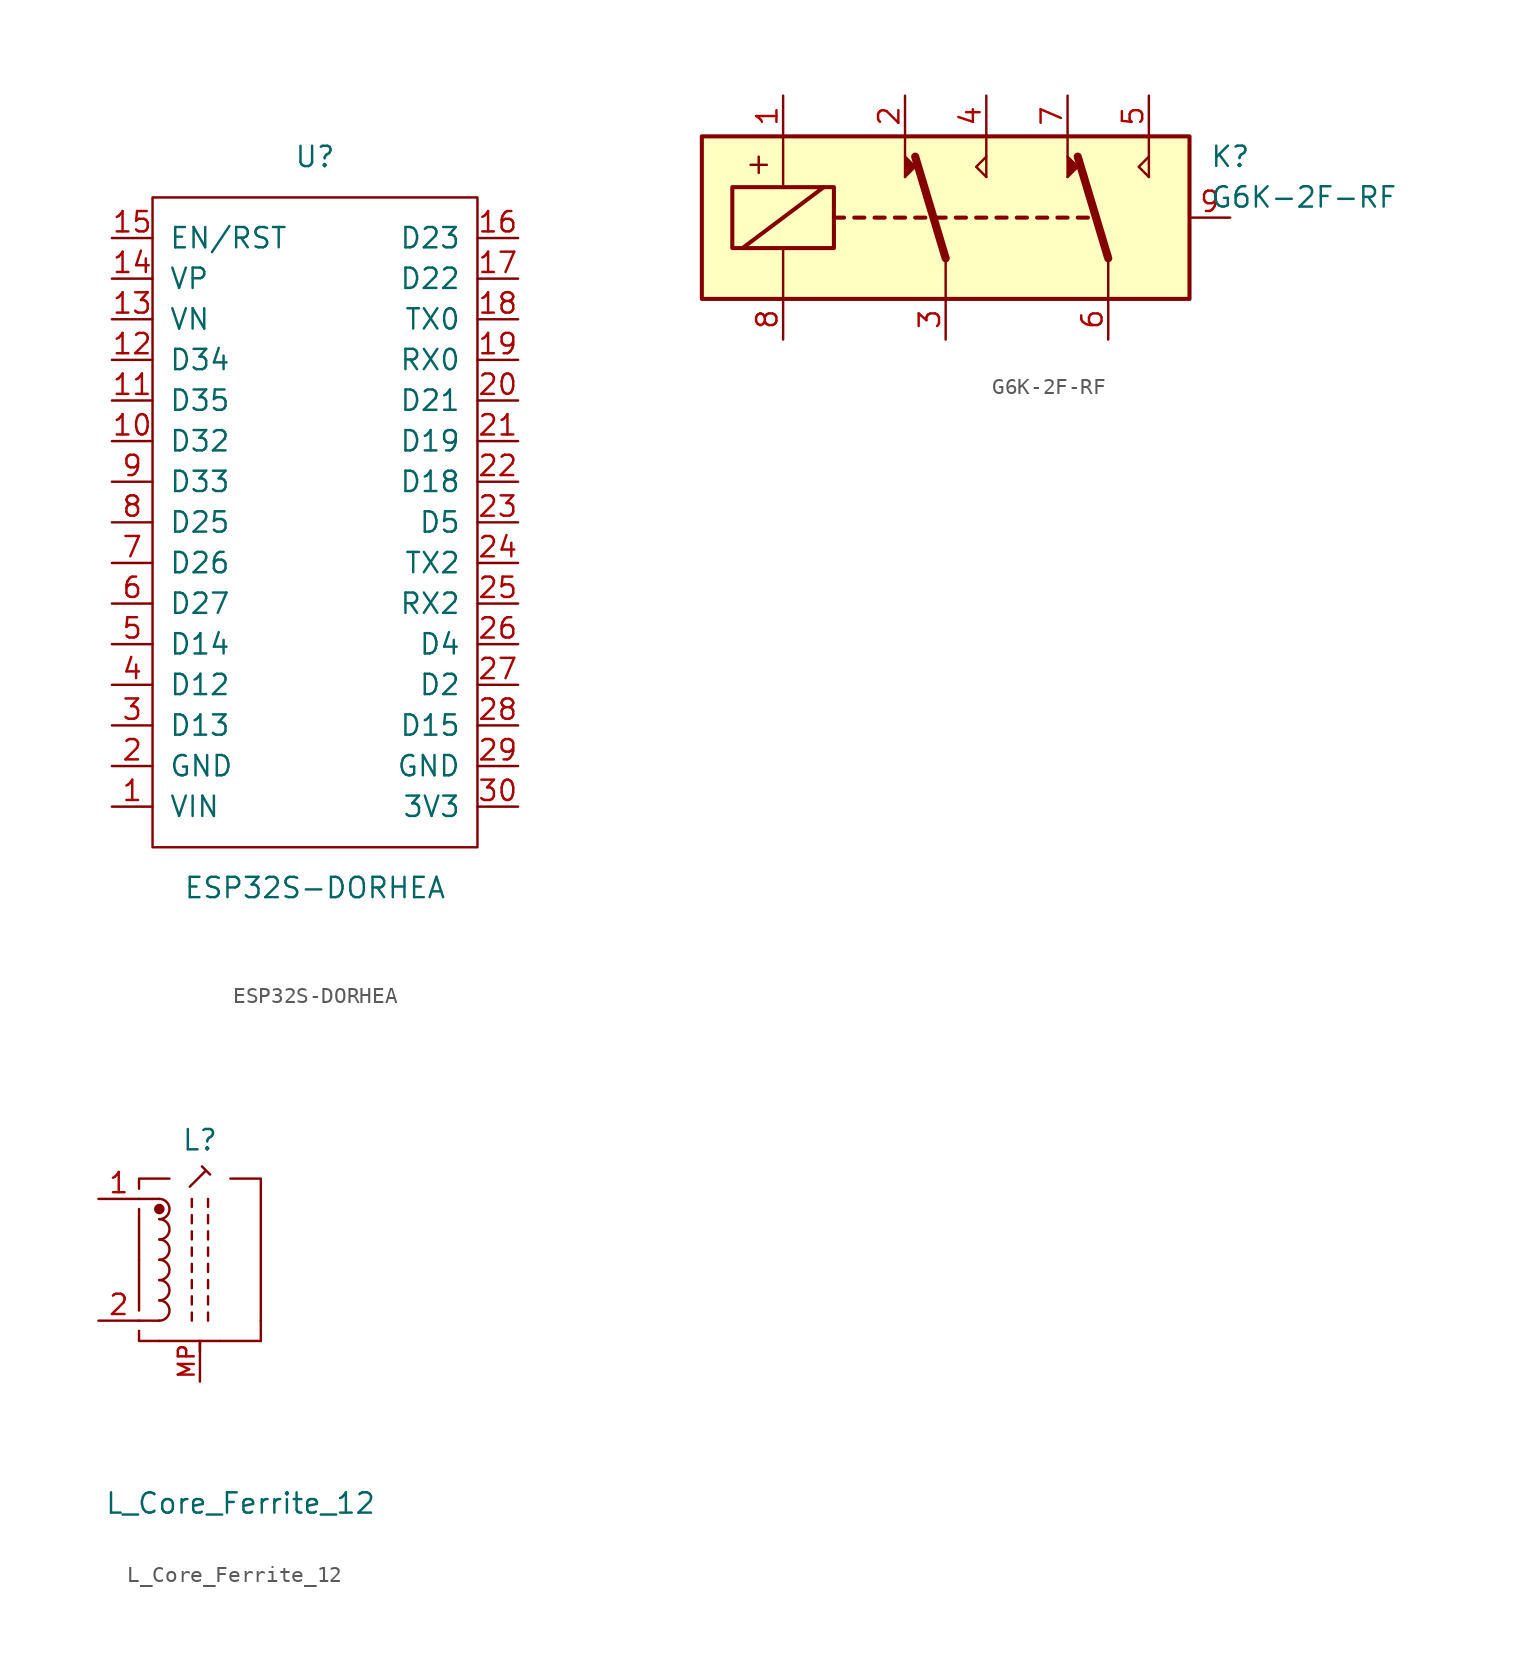
<source format=kicad_sym>
(kicad_symbol_lib
  (version 20220914)
  (generator kicad_symbol_editor)
  (symbol "ESP32S-DORHEA"
    (pin_names
      (offset 1.016))
    (property "Reference" "U"
      (at 0 22.86 0)
      (effects (font (size 1.27 1.27))))
    (property "Value" "ESP32S-DORHEA"
      (at 0 -22.86 0)
      (effects (font (size 1.27 1.27))))
    (symbol "ESP32S-DORHEA_0_1"
      (rectangle (start -10.16 20.32) (end 10.16 -20.32) (stroke (width 0) (type default)) (fill (type none))))
    (symbol "ESP32S-DORHEA_1_1"
      (pin power_in line (at -12.7 -17.78 0) (length 2.54) (name "VIN" (effects (font (size 1.27 1.27)))) (number "1" (effects (font (size 1.27 1.27)))))
      (pin passive line (at -12.7 5.08 0) (length 2.54) (name "D32" (effects (font (size 1.27 1.27)))) (number "10" (effects (font (size 1.27 1.27)))))
      (pin passive line (at -12.7 7.62 0) (length 2.54) (name "D35" (effects (font (size 1.27 1.27)))) (number "11" (effects (font (size 1.27 1.27)))))
      (pin passive line (at -12.7 10.16 0) (length 2.54) (name "D34" (effects (font (size 1.27 1.27)))) (number "12" (effects (font (size 1.27 1.27)))))
      (pin passive line (at -12.7 12.7 0) (length 2.54) (name "VN" (effects (font (size 1.27 1.27)))) (number "13" (effects (font (size 1.27 1.27)))))
      (pin passive line (at -12.7 15.24 0) (length 2.54) (name "VP" (effects (font (size 1.27 1.27)))) (number "14" (effects (font (size 1.27 1.27)))))
      (pin passive line (at -12.7 17.78 0) (length 2.54) (name "EN/RST" (effects (font (size 1.27 1.27)))) (number "15" (effects (font (size 1.27 1.27)))))
      (pin passive line (at 12.7 17.78 180) (length 2.54) (name "D23" (effects (font (size 1.27 1.27)))) (number "16" (effects (font (size 1.27 1.27)))))
      (pin passive line (at 12.7 15.24 180) (length 2.54) (name "D22" (effects (font (size 1.27 1.27)))) (number "17" (effects (font (size 1.27 1.27)))))
      (pin passive line (at 12.7 12.7 180) (length 2.54) (name "TX0" (effects (font (size 1.27 1.27)))) (number "18" (effects (font (size 1.27 1.27)))))
      (pin passive line (at 12.7 10.16 180) (length 2.54) (name "RX0" (effects (font (size 1.27 1.27)))) (number "19" (effects (font (size 1.27 1.27)))))
      (pin power_out line (at -12.7 -15.24 0) (length 2.54) (name "GND" (effects (font (size 1.27 1.27)))) (number "2" (effects (font (size 1.27 1.27)))))
      (pin passive line (at 12.7 7.62 180) (length 2.54) (name "D21" (effects (font (size 1.27 1.27)))) (number "20" (effects (font (size 1.27 1.27)))))
      (pin passive line (at 12.7 5.08 180) (length 2.54) (name "D19" (effects (font (size 1.27 1.27)))) (number "21" (effects (font (size 1.27 1.27)))))
      (pin passive line (at 12.7 2.54 180) (length 2.54) (name "D18" (effects (font (size 1.27 1.27)))) (number "22" (effects (font (size 1.27 1.27)))))
      (pin passive line (at 12.7 0 180) (length 2.54) (name "D5" (effects (font (size 1.27 1.27)))) (number "23" (effects (font (size 1.27 1.27)))))
      (pin passive line (at 12.7 -2.54 180) (length 2.54) (name "TX2" (effects (font (size 1.27 1.27)))) (number "24" (effects (font (size 1.27 1.27)))))
      (pin passive line (at 12.7 -5.08 180) (length 2.54) (name "RX2" (effects (font (size 1.27 1.27)))) (number "25" (effects (font (size 1.27 1.27)))))
      (pin passive line (at 12.7 -7.62 180) (length 2.54) (name "D4" (effects (font (size 1.27 1.27)))) (number "26" (effects (font (size 1.27 1.27)))))
      (pin passive line (at 12.7 -10.16 180) (length 2.54) (name "D2" (effects (font (size 1.27 1.27)))) (number "27" (effects (font (size 1.27 1.27)))))
      (pin passive line (at 12.7 -12.7 180) (length 2.54) (name "D15" (effects (font (size 1.27 1.27)))) (number "28" (effects (font (size 1.27 1.27)))))
      (pin passive line (at 12.7 -15.24 180) (length 2.54) (name "GND" (effects (font (size 1.27 1.27)))) (number "29" (effects (font (size 1.27 1.27)))))
      (pin passive line (at -12.7 -12.7 0) (length 2.54) (name "D13" (effects (font (size 1.27 1.27)))) (number "3" (effects (font (size 1.27 1.27)))))
      (pin power_out line (at 12.7 -17.78 180) (length 2.54) (name "3V3" (effects (font (size 1.27 1.27)))) (number "30" (effects (font (size 1.27 1.27)))))
      (pin passive line (at -12.7 -10.16 0) (length 2.54) (name "D12" (effects (font (size 1.27 1.27)))) (number "4" (effects (font (size 1.27 1.27)))))
      (pin passive line (at -12.7 -7.62 0) (length 2.54) (name "D14" (effects (font (size 1.27 1.27)))) (number "5" (effects (font (size 1.27 1.27)))))
      (pin passive line (at -12.7 -5.08 0) (length 2.54) (name "D27" (effects (font (size 1.27 1.27)))) (number "6" (effects (font (size 1.27 1.27)))))
      (pin passive line (at -12.7 -2.54 0) (length 2.54) (name "D26" (effects (font (size 1.27 1.27)))) (number "7" (effects (font (size 1.27 1.27)))))
      (pin passive line (at -12.7 0 0) (length 2.54) (name "D25" (effects (font (size 1.27 1.27)))) (number "8" (effects (font (size 1.27 1.27)))))
      (pin passive line (at -12.7 2.54 0) (length 2.54) (name "D33" (effects (font (size 1.27 1.27)))) (number "9" (effects (font (size 1.27 1.27)))))))
  (symbol "G6K-2F-RF"
    (pin_names
      (offset 1.016))
    (property "Reference" "K"
      (at 16.51 3.81 0)
      (effects (font (size 1.27 1.27)) (justify left)))
    (property "Value" "G6K-2F-RF"
      (at 16.51 1.27 0)
      (effects (font (size 1.27 1.27)) (justify left)))
    (symbol "G6K-2F-RF_0_0"
      (polyline (pts (xy -12.192 3.302) (xy -11.176 3.302)) (stroke (width 0) (type default)) (fill (type none)))
      (polyline (pts (xy -11.684 3.81) (xy -11.684 2.794)) (stroke (width 0) (type default)) (fill (type none))))
    (symbol "G6K-2F-RF_0_1"
      (rectangle (start -15.24 5.08) (end 15.24 -5.08) (stroke (width 0.254) (type default)) (fill (type background)))
      (rectangle (start -13.335 1.905) (end -6.985 -1.905) (stroke (width 0.254) (type default)) (fill (type none)))
      (polyline (pts (xy -12.7 -1.905) (xy -7.62 1.905)) (stroke (width 0.254) (type default)) (fill (type none)))
      (polyline (pts (xy -10.16 -5.08) (xy -10.16 -1.905)) (stroke (width 0) (type default)) (fill (type none)))
      (polyline (pts (xy -10.16 5.08) (xy -10.16 1.905)) (stroke (width 0) (type default)) (fill (type none)))
      (polyline (pts (xy -6.985 0) (xy -6.35 0)) (stroke (width 0.254) (type default)) (fill (type none)))
      (polyline (pts (xy -5.715 0) (xy -5.08 0)) (stroke (width 0.254) (type default)) (fill (type none)))
      (polyline (pts (xy -4.445 0) (xy -3.81 0)) (stroke (width 0.254) (type default)) (fill (type none)))
      (polyline (pts (xy -3.175 0) (xy -2.54 0)) (stroke (width 0.254) (type default)) (fill (type none)))
      (polyline (pts (xy -2.54 2.54) (xy -2.54 5.08)) (stroke (width 0) (type default)) (fill (type none)))
      (polyline (pts (xy -1.905 0) (xy -1.27 0)) (stroke (width 0.254) (type default)) (fill (type none)))
      (polyline (pts (xy -0.635 0) (xy 0 0)) (stroke (width 0.254) (type default)) (fill (type none)))
      (polyline (pts (xy 0 -2.54) (xy -1.905 3.81)) (stroke (width 0.508) (type default)) (fill (type none)))
      (polyline (pts (xy 0 -2.54) (xy 0 -5.08)) (stroke (width 0) (type default)) (fill (type none)))
      (polyline (pts (xy 0.635 0) (xy 1.27 0)) (stroke (width 0.254) (type default)) (fill (type none)))
      (polyline (pts (xy 1.905 0) (xy 2.54 0)) (stroke (width 0.254) (type default)) (fill (type none)))
      (polyline (pts (xy 2.54 2.54) (xy 2.54 5.08)) (stroke (width 0) (type default)) (fill (type none)))
      (polyline (pts (xy 3.175 0) (xy 3.81 0)) (stroke (width 0.254) (type default)) (fill (type none)))
      (polyline (pts (xy 4.445 0) (xy 5.08 0)) (stroke (width 0.254) (type default)) (fill (type none)))
      (polyline (pts (xy 5.715 0) (xy 6.35 0)) (stroke (width 0.254) (type default)) (fill (type none)))
      (polyline (pts (xy 6.985 0) (xy 7.62 0)) (stroke (width 0.254) (type default)) (fill (type none)))
      (polyline (pts (xy 7.62 2.54) (xy 7.62 5.08)) (stroke (width 0) (type default)) (fill (type none)))
      (polyline (pts (xy 8.255 0) (xy 8.89 0)) (stroke (width 0.254) (type default)) (fill (type none)))
      (polyline (pts (xy 10.16 -2.54) (xy 8.255 3.81)) (stroke (width 0.508) (type default)) (fill (type none)))
      (polyline (pts (xy 10.16 -2.54) (xy 10.16 -5.08)) (stroke (width 0) (type default)) (fill (type none)))
      (polyline (pts (xy 12.7 2.54) (xy 12.7 5.08)) (stroke (width 0) (type default)) (fill (type none)))
      (polyline (pts (xy -2.54 2.54) (xy -1.905 3.175) (xy -2.54 3.81)) (stroke (width 0) (type default)) (fill (type outline)))
      (polyline (pts (xy 2.54 2.54) (xy 1.905 3.175) (xy 2.54 3.81)) (stroke (width 0) (type default)) (fill (type none)))
      (polyline (pts (xy 7.62 2.54) (xy 8.255 3.175) (xy 7.62 3.81)) (stroke (width 0) (type default)) (fill (type outline)))
      (polyline (pts (xy 12.7 2.54) (xy 12.065 3.175) (xy 12.7 3.81)) (stroke (width 0) (type default)) (fill (type none))))
    (symbol "G6K-2F-RF_1_1"
      (pin passive line (at -10.16 7.62 270) (length 2.54) (name "~" (effects (font (size 1.27 1.27)))) (number "1" (effects (font (size 1.27 1.27)))))
      (pin passive line (at -2.54 7.62 270) (length 2.54) (name "~" (effects (font (size 1.27 1.27)))) (number "2" (effects (font (size 1.27 1.27)))))
      (pin passive line (at 0 -7.62 90) (length 2.54) (name "~" (effects (font (size 1.27 1.27)))) (number "3" (effects (font (size 1.27 1.27)))))
      (pin passive line (at 2.54 7.62 270) (length 2.54) (name "~" (effects (font (size 1.27 1.27)))) (number "4" (effects (font (size 1.27 1.27)))))
      (pin passive line (at 12.7 7.62 270) (length 2.54) (name "~" (effects (font (size 1.27 1.27)))) (number "5" (effects (font (size 1.27 1.27)))))
      (pin passive line (at 10.16 -7.62 90) (length 2.54) (name "~" (effects (font (size 1.27 1.27)))) (number "6" (effects (font (size 1.27 1.27)))))
      (pin passive line (at 7.62 7.62 270) (length 2.54) (name "~" (effects (font (size 1.27 1.27)))) (number "7" (effects (font (size 1.27 1.27)))))
      (pin passive line (at -10.16 -7.62 90) (length 2.54) (name "~" (effects (font (size 1.27 1.27)))) (number "8" (effects (font (size 1.27 1.27)))))
      (pin passive line (at 17.78 0 180) (length 2.54) (name "~" (effects (font (size 1.27 1.27)))) (number "9" (effects (font (size 1.27 1.27)))))))
  (symbol "L_Core_Ferrite_12"
    (pin_names
      (offset 0.254) hide)
    (property "Reference" "L"
      (at 0 7.493 0)
      (effects (font (size 1.27 1.27))))
    (property "Value" "L_Core_Ferrite_12"
      (at 2.54 -15.24 0)
      (effects (font (size 1.27 1.27))))
    (symbol "L_Core_Ferrite_12_0_1"
      (circle (center -2.54 3.175) (radius 0.254) (stroke (width 0) (type default)) (fill (type outline)))
      (polyline (pts (xy -3.81 0) (xy -3.81 -3.175)) (stroke (width 0) (type default)) (fill (type none)))
      (polyline (pts (xy -3.81 3.175) (xy -3.81 0)) (stroke (width 0) (type default)) (fill (type none)))
      (polyline (pts (xy -3.81 3.81) (xy -2.54 3.81)) (stroke (width 0) (type default)) (fill (type none)))
      (polyline (pts (xy -2.54 -5.08) (xy 1.27 -5.08)) (stroke (width 0) (type default)) (fill (type none)))
      (polyline (pts (xy -2.54 -3.81) (xy -3.81 -3.81)) (stroke (width 0) (type default)) (fill (type none)))
      (polyline (pts (xy -0.508 -2.794) (xy -0.508 -2.286)) (stroke (width 0) (type default)) (fill (type none)))
      (polyline (pts (xy -0.508 -1.778) (xy -0.508 -1.27)) (stroke (width 0) (type default)) (fill (type none)))
      (polyline (pts (xy -0.508 -0.762) (xy -0.508 -0.254)) (stroke (width 0) (type default)) (fill (type none)))
      (polyline (pts (xy -0.508 0.254) (xy -0.508 0.762)) (stroke (width 0) (type default)) (fill (type none)))
      (polyline (pts (xy -0.508 1.27) (xy -0.508 1.778)) (stroke (width 0) (type default)) (fill (type none)))
      (polyline (pts (xy -0.508 2.286) (xy -0.508 2.794)) (stroke (width 0) (type default)) (fill (type none)))
      (polyline (pts (xy 0 -5.715) (xy 0 -5.08)) (stroke (width 0) (type default)) (fill (type none)))
      (polyline (pts (xy 0.508 -2.794) (xy 0.508 -2.286)) (stroke (width 0) (type default)) (fill (type none)))
      (polyline (pts (xy 0.508 -1.778) (xy 0.508 -1.27)) (stroke (width 0) (type default)) (fill (type none)))
      (polyline (pts (xy 0.508 -0.762) (xy 0.508 -0.254)) (stroke (width 0) (type default)) (fill (type none)))
      (polyline (pts (xy 0.508 0.254) (xy 0.508 0.762)) (stroke (width 0) (type default)) (fill (type none)))
      (polyline (pts (xy 0.508 1.27) (xy 0.508 1.778)) (stroke (width 0) (type default)) (fill (type none)))
      (polyline (pts (xy 0.508 2.286) (xy 0.508 2.794)) (stroke (width 0) (type default)) (fill (type none)))
      (polyline (pts (xy 1.27 -5.08) (xy 3.81 -5.08)) (stroke (width 0) (type default)) (fill (type none)))
      (polyline (pts (xy 3.81 -5.08) (xy 3.81 -3.81)) (stroke (width 0) (type default)) (fill (type none)))
      (polyline (pts (xy -3.81 -4.445) (xy -3.81 -5.08) (xy -2.54 -5.08)) (stroke (width 0) (type default)) (fill (type none)))
      (polyline (pts (xy -3.81 4.445) (xy -3.81 5.08) (xy -1.905 5.08)) (stroke (width 0) (type default)) (fill (type none)))
      (polyline (pts (xy 3.81 -3.81) (xy 3.81 5.08) (xy 1.905 5.08)) (stroke (width 0) (type default)) (fill (type none)))
      (polyline (pts (xy -0.635 4.572) (xy 0.381 5.588) (xy 0.635 5.334) (xy 0.127 5.842)) (stroke (width 0) (type default)) (fill (type none))))
    (symbol "L_Core_Ferrite_12_1_1"
      (arc (start -2.54 -3.81) (mid -1.9077 -3.175) (end -2.54 -2.54) (stroke (width 0) (type default)) (fill (type none)))
      (arc (start -2.54 -2.54) (mid -1.9077 -1.905) (end -2.54 -1.27) (stroke (width 0) (type default)) (fill (type none)))
      (arc (start -2.54 -1.27) (mid -1.9077 -0.635) (end -2.54 0) (stroke (width 0) (type default)) (fill (type none)))
      (arc (start -2.54 0) (mid -1.9077 0.635) (end -2.54 1.27) (stroke (width 0) (type default)) (fill (type none)))
      (arc (start -2.54 1.27) (mid -1.9077 1.905) (end -2.54 2.54) (stroke (width 0) (type default)) (fill (type none)))
      (arc (start -2.54 2.54) (mid -1.9077 3.175) (end -2.54 3.81) (stroke (width 0) (type default)) (fill (type none)))
      (polyline (pts (xy -0.508 -3.81) (xy -0.508 -3.302)) (stroke (width 0) (type default)) (fill (type none)))
      (polyline (pts (xy -0.508 3.302) (xy -0.508 3.81)) (stroke (width 0) (type default)) (fill (type none)))
      (polyline (pts (xy 0.508 -3.81) (xy 0.508 -3.302)) (stroke (width 0) (type default)) (fill (type none)))
      (polyline (pts (xy 0.508 3.302) (xy 0.508 3.81)) (stroke (width 0) (type default)) (fill (type none)))
      (pin passive line (at -6.35 3.81 0) (length 2.54) (name "1" (effects (font (size 1.27 1.27)))) (number "1" (effects (font (size 1.27 1.27)))))
      (pin passive line (at -6.35 -3.81 0) (length 2.54) (name "2" (effects (font (size 1.27 1.27)))) (number "2" (effects (font (size 1.27 1.27)))))
      (pin passive line (at 0 -7.62 90) (length 2.54) (name "MP" (effects (font (size 1 1)))) (number "MP" (effects (font (size 1 1))))))))
</source>
